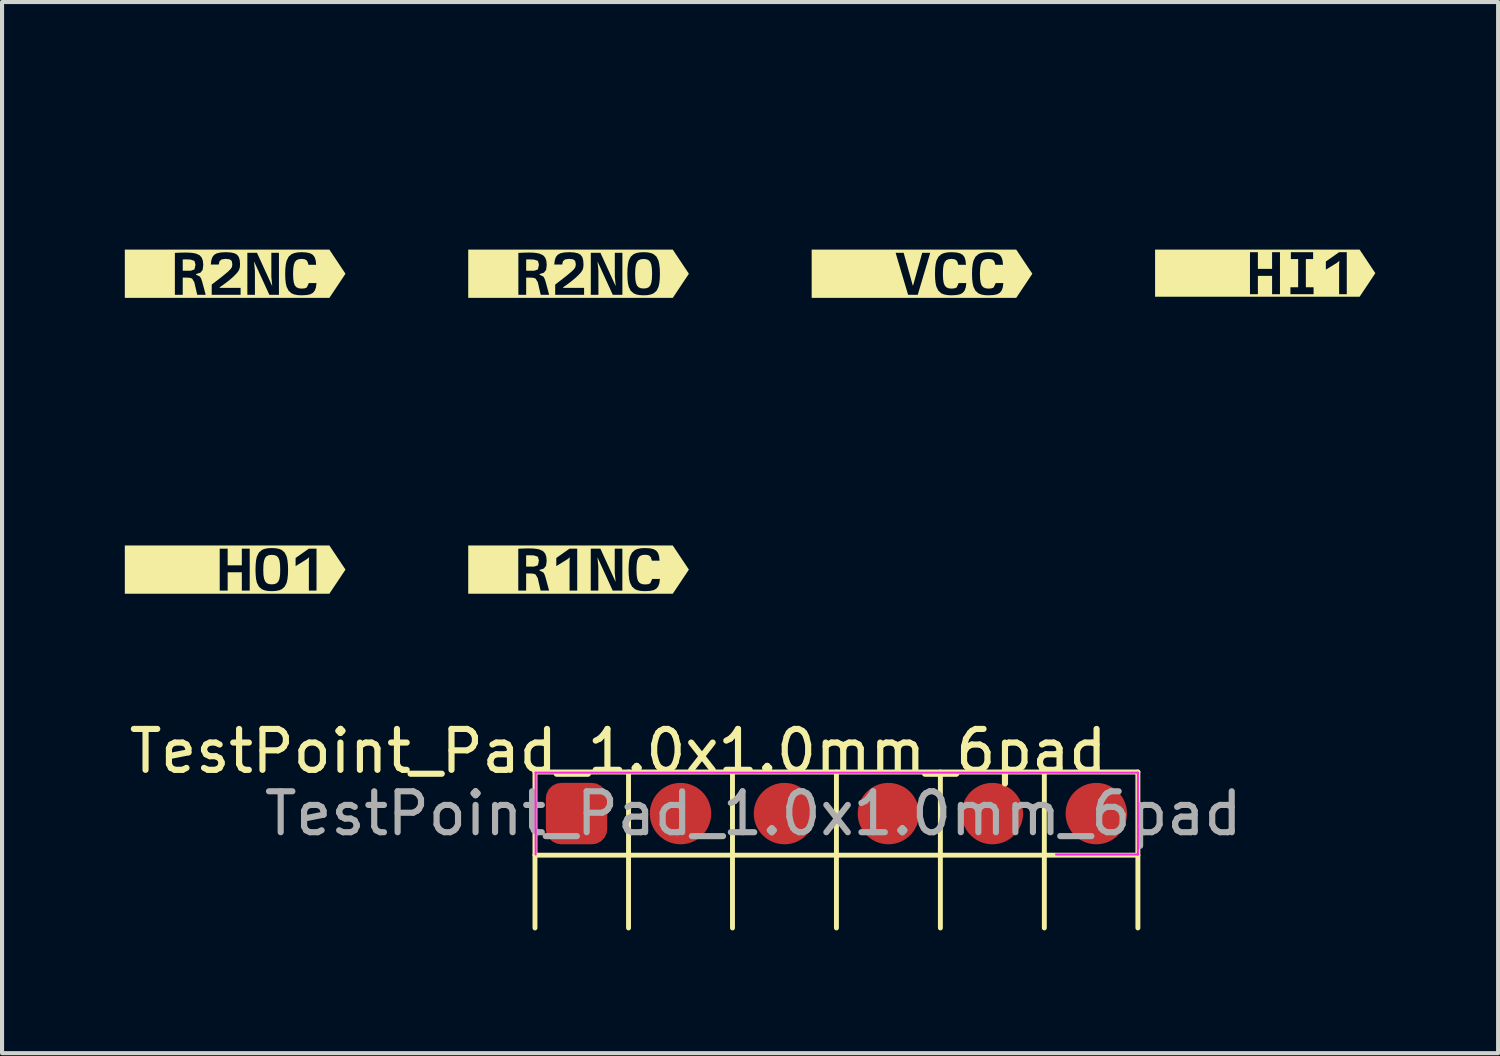
<source format=kicad_pcb>
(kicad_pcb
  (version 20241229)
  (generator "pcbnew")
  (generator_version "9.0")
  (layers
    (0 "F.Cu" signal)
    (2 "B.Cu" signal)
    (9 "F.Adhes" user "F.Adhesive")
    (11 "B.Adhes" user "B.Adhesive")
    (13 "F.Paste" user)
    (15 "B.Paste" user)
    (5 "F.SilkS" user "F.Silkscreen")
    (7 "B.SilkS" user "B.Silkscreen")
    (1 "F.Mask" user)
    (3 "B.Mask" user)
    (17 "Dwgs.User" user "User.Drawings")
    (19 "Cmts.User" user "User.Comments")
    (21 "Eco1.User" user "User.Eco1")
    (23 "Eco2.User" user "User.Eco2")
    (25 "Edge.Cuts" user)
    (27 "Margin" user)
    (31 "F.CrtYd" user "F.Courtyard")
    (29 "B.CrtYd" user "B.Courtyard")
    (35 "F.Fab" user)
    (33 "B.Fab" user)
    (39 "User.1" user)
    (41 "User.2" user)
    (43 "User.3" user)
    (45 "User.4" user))
  (footprint "kibuzzard-65CFDAAD"
    (layer "F.Cu")
    (at 2.696 3.639)
    (property "Reference" "kibuzzard-65CFDAAD" (at 0 -3.638 0) (layer "F.SilkS") (effects (font (size 0.001 0.001) (thickness 0.15))))
    (attr board_only exclude_from_pos_files exclude_from_bom)
    (fp_poly (pts (xy -1.087 -0.073) (xy -0.994 -0.106) (xy -0.969 -0.222) (xy -0.995 -0.315) (xy -1.09 -0.346) (xy -1.163 -0.35) (xy -1.217 -0.351) (xy -1.281 -0.349) (xy -1.281 -0.073) (xy -1.087 -0.073)) (stroke (width 0) (type solid)) (fill yes) (layer "F.SilkS"))
    (fp_poly (pts (xy -2.382 -0.59) (xy -2.696 -0.59) (xy -2.696 0.59) (xy -2.382 0.59) (xy -0.72 0.59) (xy -0.72 0.514) (xy -0.927 0.514) (xy -0.998 0.207) (xy -1.052 0.118) (xy -1.105 0.1) (xy -1.185 0.094) (xy -1.281 0.094) (xy -1.281 0.514) (xy -1.473 0.514) (xy -1.473 -0.51) (xy -1.293 -0.517) (xy -1.204 -0.518) (xy -1.102 -0.515) (xy -1.016 -0.505) (xy -0.947 -0.489) (xy -0.869 -0.452) (xy -0.818 -0.396) (xy -0.789 -0.318) (xy -0.779 -0.215) (xy -0.795 -0.094) (xy -0.849 -0.026) (xy -0.956 0.008) (xy -0.956 0.022) (xy -0.861 0.069) (xy -0.832 0.118) (xy -0.806 0.194) (xy -0.72 0.514) (xy -0.72 0.59) (xy 0.133 0.59) (xy 0.133 0.514) (xy -0.573 0.514) (xy -0.573 0.265) (xy -0.478 0.192) (xy -0.397 0.13) (xy -0.329 0.076) (xy -0.274 0.032) (xy -0.187 -0.041) (xy -0.119 -0.105) (xy -0.079 -0.162) (xy -0.069 -0.231) (xy -0.083 -0.312) (xy -0.132 -0.352) (xy -0.23 -0.364) (xy -0.329 -0.351) (xy -0.381 -0.309) (xy -0.402 -0.225) (xy -0.595 -0.225) (xy -0.582 -0.331) (xy -0.555 -0.409) (xy -0.511 -0.464) (xy -0.445 -0.5) (xy -0.354 -0.52) (xy -0.232 -0.527) (xy -0.109 -0.52) (xy -0.018 -0.501) (xy 0.046 -0.465) (xy 0.088 -0.41) (xy 0.112 -0.333) (xy 0.12 -0.228) (xy 0.114 -0.156) (xy 0.097 -0.097) (xy 0.064 -0.043) (xy 0.011 0.017) (xy -0.069 0.094) (xy -0.151 0.164) (xy -0.213 0.212) (xy -0.288 0.268) (xy -0.378 0.331) (xy -0.378 0.345) (xy 0.133 0.345) (xy 0.133 0.514) (xy 0.133 0.59) (xy 1.07 0.59) (xy 1.07 0.514) (xy 0.835 0.514) (xy 0.467 -0.29) (xy 0.462 -0.29) (xy 0.483 -0.076) (xy 0.483 0.514) (xy 0.298 0.514) (xy 0.298 -0.512) (xy 0.533 -0.512) (xy 0.901 0.292) (xy 0.905 0.292) (xy 0.884 0.078) (xy 0.884 -0.512) (xy 1.07 -0.512) (xy 1.07 0.514) (xy 1.07 0.59) (xy 1.626 0.59) (xy 1.626 0.527) (xy 1.528 0.522) (xy 1.446 0.506) (xy 1.38 0.48) (xy 1.307 0.416) (xy 1.258 0.32) (xy 1.238 0.236) (xy 1.226 0.129) (xy 1.222 0.002) (xy 1.226 -0.126) (xy 1.238 -0.233) (xy 1.258 -0.319) (xy 1.307 -0.416) (xy 1.38 -0.48) (xy 1.446 -0.506) (xy 1.528 -0.522) (xy 1.626 -0.527) (xy 1.745 -0.52) (xy 1.834 -0.499) (xy 1.898 -0.462) (xy 1.941 -0.406) (xy 1.968 -0.326) (xy 1.979 -0.219) (xy 1.791 -0.219) (xy 1.771 -0.289) (xy 1.741 -0.333) (xy 1.695 -0.355) (xy 1.626 -0.363) (xy 1.553 -0.355) (xy 1.498 -0.33) (xy 1.459 -0.286) (xy 1.434 -0.219) (xy 1.42 -0.125) (xy 1.415 0.002) (xy 1.42 0.128) (xy 1.434 0.221) (xy 1.459 0.287) (xy 1.498 0.33) (xy 1.553 0.355) (xy 1.626 0.363) (xy 1.702 0.356) (xy 1.751 0.335) (xy 1.8 0.228) (xy 1.988 0.228) (xy 1.974 0.333) (xy 1.946 0.41) (xy 1.901 0.465) (xy 1.837 0.501) (xy 1.747 0.52) (xy 1.626 0.527) (xy 1.626 0.59) (xy 1.988 0.59) (xy 2.302 0.59) (xy 2.696 0) (xy 2.302 -0.59) (xy 1.988 -0.59) (xy -2.382 -0.59)) (stroke (width 0) (type solid)) (fill yes) (layer "F.SilkS")))
  (footprint "TestPoint_Pad_1.0x1.0mm_6pad"
    (layer "F.Cu")
    (at 11.038 16.83)
    (property "Reference" "TestPoint_Pad_1.0x1.0mm_6pad" (at 1.016 -1.524 0) (layer "F.SilkS") (effects (font (size 1 1) (thickness 0.15))))
    (attr exclude_from_pos_files)
    (fp_line (start -1.016 -1.016) (end 13.716 -1.016) (stroke (width 0.12) (type solid)) (layer "F.SilkS"))
    (fp_line (start -1.016 2.794) (end -1.016 -1.016) (stroke (width 0.12) (type solid)) (layer "F.SilkS"))
    (fp_line (start 1.27 2.794) (end 1.27 -1.016) (stroke (width 0.12) (type solid)) (layer "F.SilkS"))
    (fp_line (start 3.81 2.794) (end 3.81 -1.016) (stroke (width 0.12) (type solid)) (layer "F.SilkS"))
    (fp_line (start 6.35 2.794) (end 6.35 -1.016) (stroke (width 0.12) (type solid)) (layer "F.SilkS"))
    (fp_line (start 8.89 2.794) (end 8.89 -1.016) (stroke (width 0.12) (type solid)) (layer "F.SilkS"))
    (fp_line (start 11.43 2.794) (end 11.43 -1.016) (stroke (width 0.12) (type solid)) (layer "F.SilkS"))
    (fp_line (start 13.716 -1.016) (end 13.716 2.794) (stroke (width 0.12) (type solid)) (layer "F.SilkS"))
    (fp_line (start 13.716 1.016) (end -1.016 1.016) (stroke (width 0.12) (type solid)) (layer "F.SilkS"))
    (fp_line (start -1 -1) (end -1 1) (stroke (width 0.05) (type solid)) (layer "F.CrtYd"))
    (fp_line (start -1 -1) (end 13.716 -1) (stroke (width 0.05) (type solid)) (layer "F.CrtYd"))
    (fp_line (start 13.716 1) (end 11.716 1) (stroke (width 0.05) (type solid)) (layer "F.CrtYd"))
    (fp_line (start 13.716 1) (end 13.716 -1) (stroke (width 0.05) (type solid)) (layer "F.CrtYd"))
    (fp_text user "${REFERENCE}" (at 4.318 0 0) (layer "F.Fab") (effects (font (size 1 1) (thickness 0.15))))
    (pad "1" smd roundrect (at 0 0 180) (size 1.5 1.5) (layers "F.Cu" "F.Mask") (roundrect_rratio 0.25))
    (pad "2" smd circle (at 2.54 0 180) (size 1.5 1.5) (layers "F.Cu" "F.Mask"))
    (pad "3" smd circle (at 5.08 0 180) (size 1.5 1.5) (layers "F.Cu" "F.Mask"))
    (pad "4" smd circle (at 7.62 0 180) (size 1.5 1.5) (layers "F.Cu" "F.Mask"))
    (pad "5" smd circle (at 10.16 0 180) (size 1.5 1.5) (layers "F.Cu" "F.Mask"))
    (pad "6" smd circle (at 12.7 0 180) (size 1.5 1.5) (layers "F.Cu" "F.Mask")))
  (footprint "kibuzzard-65666CB7"
    (layer "F.Cu")
    (at 11.087 10.868)
    (property "Reference" "kibuzzard-65666CB7" (at 0 -3.638 0) (layer "F.SilkS") (effects (font (size 0.001 0.001) (thickness 0.15))))
    (attr board_only exclude_from_pos_files exclude_from_bom)
    (fp_poly (pts (xy -1.087 -0.073) (xy -0.994 -0.106) (xy -0.969 -0.222) (xy -0.995 -0.315) (xy -1.09 -0.346) (xy -1.163 -0.35) (xy -1.217 -0.351) (xy -1.281 -0.349) (xy -1.281 -0.073) (xy -1.087 -0.073)) (stroke (width 0) (type solid)) (fill yes) (layer "F.SilkS"))
    (fp_poly (pts (xy -2.382 -0.59) (xy -2.696 -0.59) (xy -2.696 0.59) (xy -2.382 0.59) (xy -0.72 0.59) (xy -0.72 0.514) (xy -0.927 0.514) (xy -0.998 0.207) (xy -1.052 0.118) (xy -1.105 0.1) (xy -1.185 0.094) (xy -1.281 0.094) (xy -1.281 0.514) (xy -1.473 0.514) (xy -1.473 -0.51) (xy -1.293 -0.517) (xy -1.204 -0.518) (xy -1.102 -0.515) (xy -1.016 -0.505) (xy -0.947 -0.489) (xy -0.869 -0.452) (xy -0.818 -0.396) (xy -0.789 -0.318) (xy -0.779 -0.215) (xy -0.795 -0.094) (xy -0.849 -0.026) (xy -0.956 0.008) (xy -0.956 0.022) (xy -0.861 0.069) (xy -0.832 0.118) (xy -0.806 0.194) (xy -0.72 0.514) (xy -0.72 0.59) (xy -0.033 0.59) (xy -0.033 0.514) (xy -0.22 0.514) (xy -0.22 -0.207) (xy -0.214 -0.301) (xy -0.272 -0.253) (xy -0.544 -0.085) (xy -0.544 -0.284) (xy -0.22 -0.512) (xy -0.033 -0.512) (xy -0.033 0.514) (xy -0.033 0.59) (xy 1.07 0.59) (xy 1.07 0.514) (xy 0.835 0.514) (xy 0.467 -0.29) (xy 0.462 -0.29) (xy 0.483 -0.076) (xy 0.483 0.514) (xy 0.298 0.514) (xy 0.298 -0.512) (xy 0.533 -0.512) (xy 0.901 0.292) (xy 0.905 0.292) (xy 0.884 0.078) (xy 0.884 -0.512) (xy 1.07 -0.512) (xy 1.07 0.514) (xy 1.07 0.59) (xy 1.626 0.59) (xy 1.626 0.527) (xy 1.528 0.522) (xy 1.446 0.506) (xy 1.38 0.48) (xy 1.307 0.416) (xy 1.258 0.32) (xy 1.238 0.236) (xy 1.226 0.129) (xy 1.222 0.002) (xy 1.226 -0.126) (xy 1.238 -0.233) (xy 1.258 -0.319) (xy 1.307 -0.416) (xy 1.38 -0.48) (xy 1.446 -0.506) (xy 1.528 -0.522) (xy 1.626 -0.527) (xy 1.745 -0.52) (xy 1.834 -0.499) (xy 1.898 -0.462) (xy 1.941 -0.406) (xy 1.968 -0.326) (xy 1.979 -0.219) (xy 1.791 -0.219) (xy 1.771 -0.289) (xy 1.741 -0.333) (xy 1.695 -0.355) (xy 1.626 -0.363) (xy 1.553 -0.355) (xy 1.498 -0.33) (xy 1.459 -0.286) (xy 1.434 -0.219) (xy 1.42 -0.125) (xy 1.415 0.002) (xy 1.42 0.128) (xy 1.434 0.221) (xy 1.459 0.287) (xy 1.498 0.33) (xy 1.553 0.355) (xy 1.626 0.363) (xy 1.702 0.356) (xy 1.751 0.335) (xy 1.8 0.228) (xy 1.988 0.228) (xy 1.974 0.333) (xy 1.946 0.41) (xy 1.901 0.465) (xy 1.837 0.501) (xy 1.747 0.52) (xy 1.626 0.527) (xy 1.626 0.59) (xy 1.988 0.59) (xy 2.302 0.59) (xy 2.696 0) (xy 2.302 -0.59) (xy 1.988 -0.59) (xy -2.382 -0.59)) (stroke (width 0) (type solid)) (fill yes) (layer "F.SilkS")))
  (footprint "kibuzzard-65666C76"
    (layer "F.Cu")
    (at 27.865 3.625)
    (property "Reference" "kibuzzard-65666C76" (at 0 -3.624 0) (layer "F.SilkS") (effects (font (size 0.001 0.001) (thickness 0.15))))
    (attr board_only exclude_from_pos_files exclude_from_bom)
    (fp_poly (pts (xy -2.377 -0.576) (xy -2.691 -0.576) (xy -2.691 0.576) (xy -2.377 0.576) (xy 0.361 0.576) (xy 0.361 0.513) (xy 0.168 0.513) (xy 0.168 0.065) (xy -0.179 0.065) (xy -0.179 0.513) (xy -0.372 0.513) (xy -0.372 -0.513) (xy -0.179 -0.513) (xy -0.179 -0.106) (xy 0.168 -0.106) (xy 0.168 -0.513) (xy 0.361 -0.513) (xy 0.361 0.513) (xy 0.361 0.576) (xy 1.182 0.576) (xy 1.182 0.513) (xy 0.616 0.513) (xy 0.616 0.345) (xy 0.805 0.345) (xy 0.805 -0.345) (xy 0.627 -0.345) (xy 0.627 -0.513) (xy 1.171 -0.513) (xy 1.171 -0.345) (xy 0.993 -0.345) (xy 0.993 0.345) (xy 1.182 0.345) (xy 1.182 0.513) (xy 1.182 0.576) (xy 1.993 0.576) (xy 1.993 0.513) (xy 1.806 0.513) (xy 1.806 -0.208) (xy 1.812 -0.302) (xy 1.753 -0.253) (xy 1.482 -0.086) (xy 1.482 -0.285) (xy 1.806 -0.513) (xy 1.993 -0.513) (xy 1.993 0.513) (xy 1.993 0.576) (xy 2.307 0.576) (xy 2.691 0) (xy 2.307 -0.576) (xy 1.993 -0.576) (xy -2.377 -0.576)) (stroke (width 0) (type solid)) (fill yes) (layer "F.SilkS")))
  (footprint "kibuzzard-65666C87"
    (layer "F.Cu")
    (at 2.696 10.868)
    (property "Reference" "kibuzzard-65666C87" (at 0 -3.638 0) (layer "F.SilkS") (effects (font (size 0.001 0.001) (thickness 0.15))))
    (attr board_only exclude_from_pos_files exclude_from_bom)
    (fp_poly (pts (xy 0.895 0.361) (xy 0.967 0.353) (xy 1.02 0.329) (xy 1.058 0.285) (xy 1.083 0.22) (xy 1.097 0.128) (xy 1.101 0.004) (xy 1.097 -0.124) (xy 1.083 -0.219) (xy 1.058 -0.285) (xy 1.02 -0.329) (xy 0.967 -0.353) (xy 0.895 -0.361) (xy 0.823 -0.353) (xy 0.769 -0.329) (xy 0.731 -0.285) (xy 0.706 -0.218) (xy 0.691 -0.123) (xy 0.687 0.004) (xy 0.691 0.128) (xy 0.706 0.22) (xy 0.731 0.285) (xy 0.769 0.329) (xy 0.823 0.353) (xy 0.895 0.361)) (stroke (width 0) (type solid)) (fill yes) (layer "F.SilkS"))
    (fp_poly (pts (xy -2.382 -0.59) (xy -2.696 -0.59) (xy -2.696 0.59) (xy -2.382 0.59) (xy 0.356 0.59) (xy 0.356 0.514) (xy 0.163 0.514) (xy 0.163 0.066) (xy -0.183 0.066) (xy -0.183 0.514) (xy -0.377 0.514) (xy -0.377 -0.512) (xy -0.183 -0.512) (xy -0.183 -0.105) (xy 0.163 -0.105) (xy 0.163 -0.512) (xy 0.356 -0.512) (xy 0.356 0.514) (xy 0.356 0.59) (xy 0.895 0.59) (xy 0.895 0.527) (xy 0.798 0.522) (xy 0.718 0.506) (xy 0.653 0.48) (xy 0.58 0.417) (xy 0.532 0.322) (xy 0.512 0.237) (xy 0.501 0.131) (xy 0.497 0.004) (xy 0.501 -0.125) (xy 0.512 -0.233) (xy 0.532 -0.319) (xy 0.58 -0.416) (xy 0.653 -0.48) (xy 0.718 -0.506) (xy 0.798 -0.522) (xy 0.895 -0.527) (xy 0.991 -0.522) (xy 1.072 -0.506) (xy 1.137 -0.48) (xy 1.21 -0.416) (xy 1.258 -0.319) (xy 1.277 -0.233) (xy 1.289 -0.125) (xy 1.293 0.004) (xy 1.289 0.131) (xy 1.277 0.237) (xy 1.258 0.322) (xy 1.21 0.417) (xy 1.137 0.48) (xy 1.072 0.506) (xy 0.991 0.522) (xy 0.895 0.527) (xy 0.895 0.59) (xy 1.988 0.59) (xy 1.988 0.514) (xy 1.801 0.514) (xy 1.801 -0.207) (xy 1.807 -0.301) (xy 1.748 -0.253) (xy 1.477 -0.085) (xy 1.477 -0.284) (xy 1.801 -0.512) (xy 1.988 -0.512) (xy 1.988 0.514) (xy 1.988 0.59) (xy 2.302 0.59) (xy 2.696 0) (xy 2.302 -0.59) (xy 1.988 -0.59) (xy -2.382 -0.59)) (stroke (width 0) (type solid)) (fill yes) (layer "F.SilkS")))
  (footprint "kibuzzard-65CFDABC"
    (layer "F.Cu")
    (at 11.087 3.639)
    (property "Reference" "kibuzzard-65CFDABC" (at 0 -3.638 0) (layer "F.SilkS") (effects (font (size 0.001 0.001) (thickness 0.15))))
    (attr board_only exclude_from_pos_files exclude_from_bom)
    (fp_poly (pts (xy -1.085 -0.073) (xy -0.993 -0.106) (xy -0.968 -0.222) (xy -0.993 -0.315) (xy -1.088 -0.346) (xy -1.161 -0.35) (xy -1.215 -0.351) (xy -1.28 -0.349) (xy -1.28 -0.073) (xy -1.085 -0.073)) (stroke (width 0) (type solid)) (fill yes) (layer "F.SilkS"))
    (fp_poly (pts (xy 1.59 0.361) (xy 1.662 0.353) (xy 1.715 0.329) (xy 1.753 0.285) (xy 1.778 0.22) (xy 1.792 0.128) (xy 1.797 0.004) (xy 1.792 -0.124) (xy 1.778 -0.219) (xy 1.753 -0.285) (xy 1.715 -0.329) (xy 1.662 -0.353) (xy 1.59 -0.361) (xy 1.518 -0.353) (xy 1.464 -0.329) (xy 1.426 -0.285) (xy 1.401 -0.218) (xy 1.387 -0.123) (xy 1.382 0.004) (xy 1.387 0.128) (xy 1.401 0.22) (xy 1.426 0.285) (xy 1.464 0.329) (xy 1.518 0.353) (xy 1.59 0.361)) (stroke (width 0) (type solid)) (fill yes) (layer "F.SilkS"))
    (fp_poly (pts (xy -2.382 -0.59) (xy -2.696 -0.59) (xy -2.696 0.59) (xy -2.382 0.59) (xy -0.719 0.59) (xy -0.719 0.514) (xy -0.925 0.514) (xy -0.996 0.207) (xy -1.051 0.118) (xy -1.103 0.1) (xy -1.183 0.094) (xy -1.28 0.094) (xy -1.28 0.514) (xy -1.471 0.514) (xy -1.471 -0.51) (xy -1.292 -0.517) (xy -1.203 -0.518) (xy -1.101 -0.515) (xy -1.015 -0.505) (xy -0.946 -0.489) (xy -0.868 -0.452) (xy -0.816 -0.396) (xy -0.787 -0.318) (xy -0.778 -0.215) (xy -0.793 -0.094) (xy -0.847 -0.026) (xy -0.954 0.008) (xy -0.954 0.022) (xy -0.86 0.069) (xy -0.831 0.118) (xy -0.805 0.194) (xy -0.719 0.514) (xy -0.719 0.59) (xy 0.135 0.59) (xy 0.135 0.514) (xy -0.571 0.514) (xy -0.571 0.265) (xy -0.477 0.192) (xy -0.395 0.13) (xy -0.327 0.076) (xy -0.272 0.032) (xy -0.185 -0.041) (xy -0.117 -0.105) (xy -0.078 -0.162) (xy -0.067 -0.231) (xy -0.082 -0.312) (xy -0.131 -0.352) (xy -0.229 -0.364) (xy -0.327 -0.351) (xy -0.38 -0.309) (xy -0.401 -0.225) (xy -0.594 -0.225) (xy -0.581 -0.331) (xy -0.554 -0.409) (xy -0.509 -0.464) (xy -0.444 -0.5) (xy -0.352 -0.52) (xy -0.23 -0.527) (xy -0.107 -0.52) (xy -0.017 -0.501) (xy 0.047 -0.465) (xy 0.09 -0.41) (xy 0.113 -0.333) (xy 0.121 -0.228) (xy 0.116 -0.156) (xy 0.099 -0.097) (xy 0.066 -0.043) (xy 0.013 0.017) (xy -0.068 0.094) (xy -0.15 0.164) (xy -0.211 0.212) (xy -0.287 0.268) (xy -0.377 0.331) (xy -0.377 0.345) (xy 0.135 0.345) (xy 0.135 0.514) (xy 0.135 0.59) (xy 1.071 0.59) (xy 1.071 0.514) (xy 0.836 0.514) (xy 0.468 -0.29) (xy 0.464 -0.29) (xy 0.485 -0.076) (xy 0.485 0.514) (xy 0.299 0.514) (xy 0.299 -0.512) (xy 0.534 -0.512) (xy 0.902 0.292) (xy 0.907 0.292) (xy 0.886 0.078) (xy 0.886 -0.512) (xy 1.071 -0.512) (xy 1.071 0.514) (xy 1.071 0.59) (xy 1.59 0.59) (xy 1.59 0.527) (xy 1.493 0.522) (xy 1.413 0.506) (xy 1.348 0.48) (xy 1.275 0.417) (xy 1.227 0.322) (xy 1.208 0.237) (xy 1.196 0.131) (xy 1.192 0.004) (xy 1.196 -0.125) (xy 1.208 -0.233) (xy 1.227 -0.319) (xy 1.275 -0.416) (xy 1.348 -0.48) (xy 1.413 -0.506) (xy 1.493 -0.522) (xy 1.59 -0.527) (xy 1.687 -0.522) (xy 1.767 -0.506) (xy 1.832 -0.48) (xy 1.905 -0.416) (xy 1.953 -0.319) (xy 1.972 -0.233) (xy 1.984 -0.125) (xy 1.988 0.004) (xy 1.984 0.131) (xy 1.972 0.237) (xy 1.953 0.322) (xy 1.905 0.417) (xy 1.832 0.48) (xy 1.767 0.506) (xy 1.687 0.522) (xy 1.59 0.527) (xy 1.59 0.59) (xy 1.988 0.59) (xy 2.302 0.59) (xy 2.696 0) (xy 2.302 -0.59) (xy 1.988 -0.59) (xy -2.382 -0.59)) (stroke (width 0) (type solid)) (fill yes) (layer "F.SilkS")))
  (footprint "kibuzzard-65666C6B"
    (layer "F.Cu")
    (at 19.479 3.639)
    (property "Reference" "kibuzzard-65666C6B" (at 0 -3.638 0) (layer "F.SilkS") (effects (font (size 0.001 0.001) (thickness 0.15))))
    (attr board_only exclude_from_pos_files exclude_from_bom)
    (fp_poly (pts (xy -2.382 -0.59) (xy -2.696 -0.59) (xy -2.696 0.59) (xy -2.382 0.59) (xy -0.104 0.59) (xy -0.104 0.514) (xy -0.34 0.514) (xy -0.645 -0.512) (xy -0.449 -0.512) (xy -0.226 0.287) (xy -0.218 0.287) (xy 0.005 -0.512) (xy 0.201 -0.512) (xy -0.104 0.514) (xy -0.104 0.59) (xy 0.721 0.59) (xy 0.721 0.527) (xy 0.623 0.522) (xy 0.541 0.506) (xy 0.476 0.48) (xy 0.402 0.416) (xy 0.353 0.32) (xy 0.333 0.236) (xy 0.321 0.129) (xy 0.317 0.002) (xy 0.321 -0.126) (xy 0.333 -0.233) (xy 0.353 -0.319) (xy 0.402 -0.416) (xy 0.476 -0.48) (xy 0.541 -0.506) (xy 0.623 -0.522) (xy 0.721 -0.527) (xy 0.841 -0.52) (xy 0.93 -0.499) (xy 0.993 -0.462) (xy 1.037 -0.406) (xy 1.063 -0.326) (xy 1.074 -0.219) (xy 0.886 -0.219) (xy 0.866 -0.289) (xy 0.836 -0.333) (xy 0.79 -0.355) (xy 0.721 -0.363) (xy 0.648 -0.355) (xy 0.593 -0.33) (xy 0.555 -0.286) (xy 0.529 -0.219) (xy 0.515 -0.125) (xy 0.51 0.002) (xy 0.515 0.128) (xy 0.529 0.221) (xy 0.555 0.287) (xy 0.593 0.33) (xy 0.648 0.355) (xy 0.721 0.363) (xy 0.797 0.356) (xy 0.847 0.335) (xy 0.895 0.228) (xy 1.083 0.228) (xy 1.069 0.333) (xy 1.041 0.41) (xy 0.996 0.465) (xy 0.932 0.501) (xy 0.842 0.52) (xy 0.721 0.527) (xy 0.721 0.59) (xy 1.626 0.59) (xy 1.626 0.527) (xy 1.528 0.522) (xy 1.446 0.506) (xy 1.38 0.48) (xy 1.307 0.416) (xy 1.258 0.32) (xy 1.238 0.236) (xy 1.226 0.129) (xy 1.222 0.002) (xy 1.226 -0.126) (xy 1.238 -0.233) (xy 1.258 -0.319) (xy 1.307 -0.416) (xy 1.38 -0.48) (xy 1.446 -0.506) (xy 1.528 -0.522) (xy 1.626 -0.527) (xy 1.745 -0.52) (xy 1.834 -0.499) (xy 1.898 -0.462) (xy 1.941 -0.406) (xy 1.968 -0.326) (xy 1.979 -0.219) (xy 1.791 -0.219) (xy 1.771 -0.289) (xy 1.741 -0.333) (xy 1.695 -0.355) (xy 1.626 -0.363) (xy 1.553 -0.355) (xy 1.498 -0.33) (xy 1.459 -0.286) (xy 1.434 -0.219) (xy 1.42 -0.125) (xy 1.415 0.002) (xy 1.42 0.128) (xy 1.434 0.221) (xy 1.459 0.287) (xy 1.498 0.33) (xy 1.553 0.355) (xy 1.626 0.363) (xy 1.702 0.356) (xy 1.751 0.335) (xy 1.8 0.228) (xy 1.988 0.228) (xy 1.974 0.333) (xy 1.946 0.41) (xy 1.901 0.465) (xy 1.837 0.501) (xy 1.747 0.52) (xy 1.626 0.527) (xy 1.626 0.59) (xy 1.988 0.59) (xy 2.302 0.59) (xy 2.696 0) (xy 2.302 -0.59) (xy 1.988 -0.59) (xy -2.382 -0.59)) (stroke (width 0) (type solid)) (fill yes) (layer "F.SilkS")))
  (gr_rect
    (start -3 -3)
    (end 33.556 22.684)
    (stroke (width 0.1) (type default))
    (fill no)
    (layer "Edge.Cuts")))
</source>
